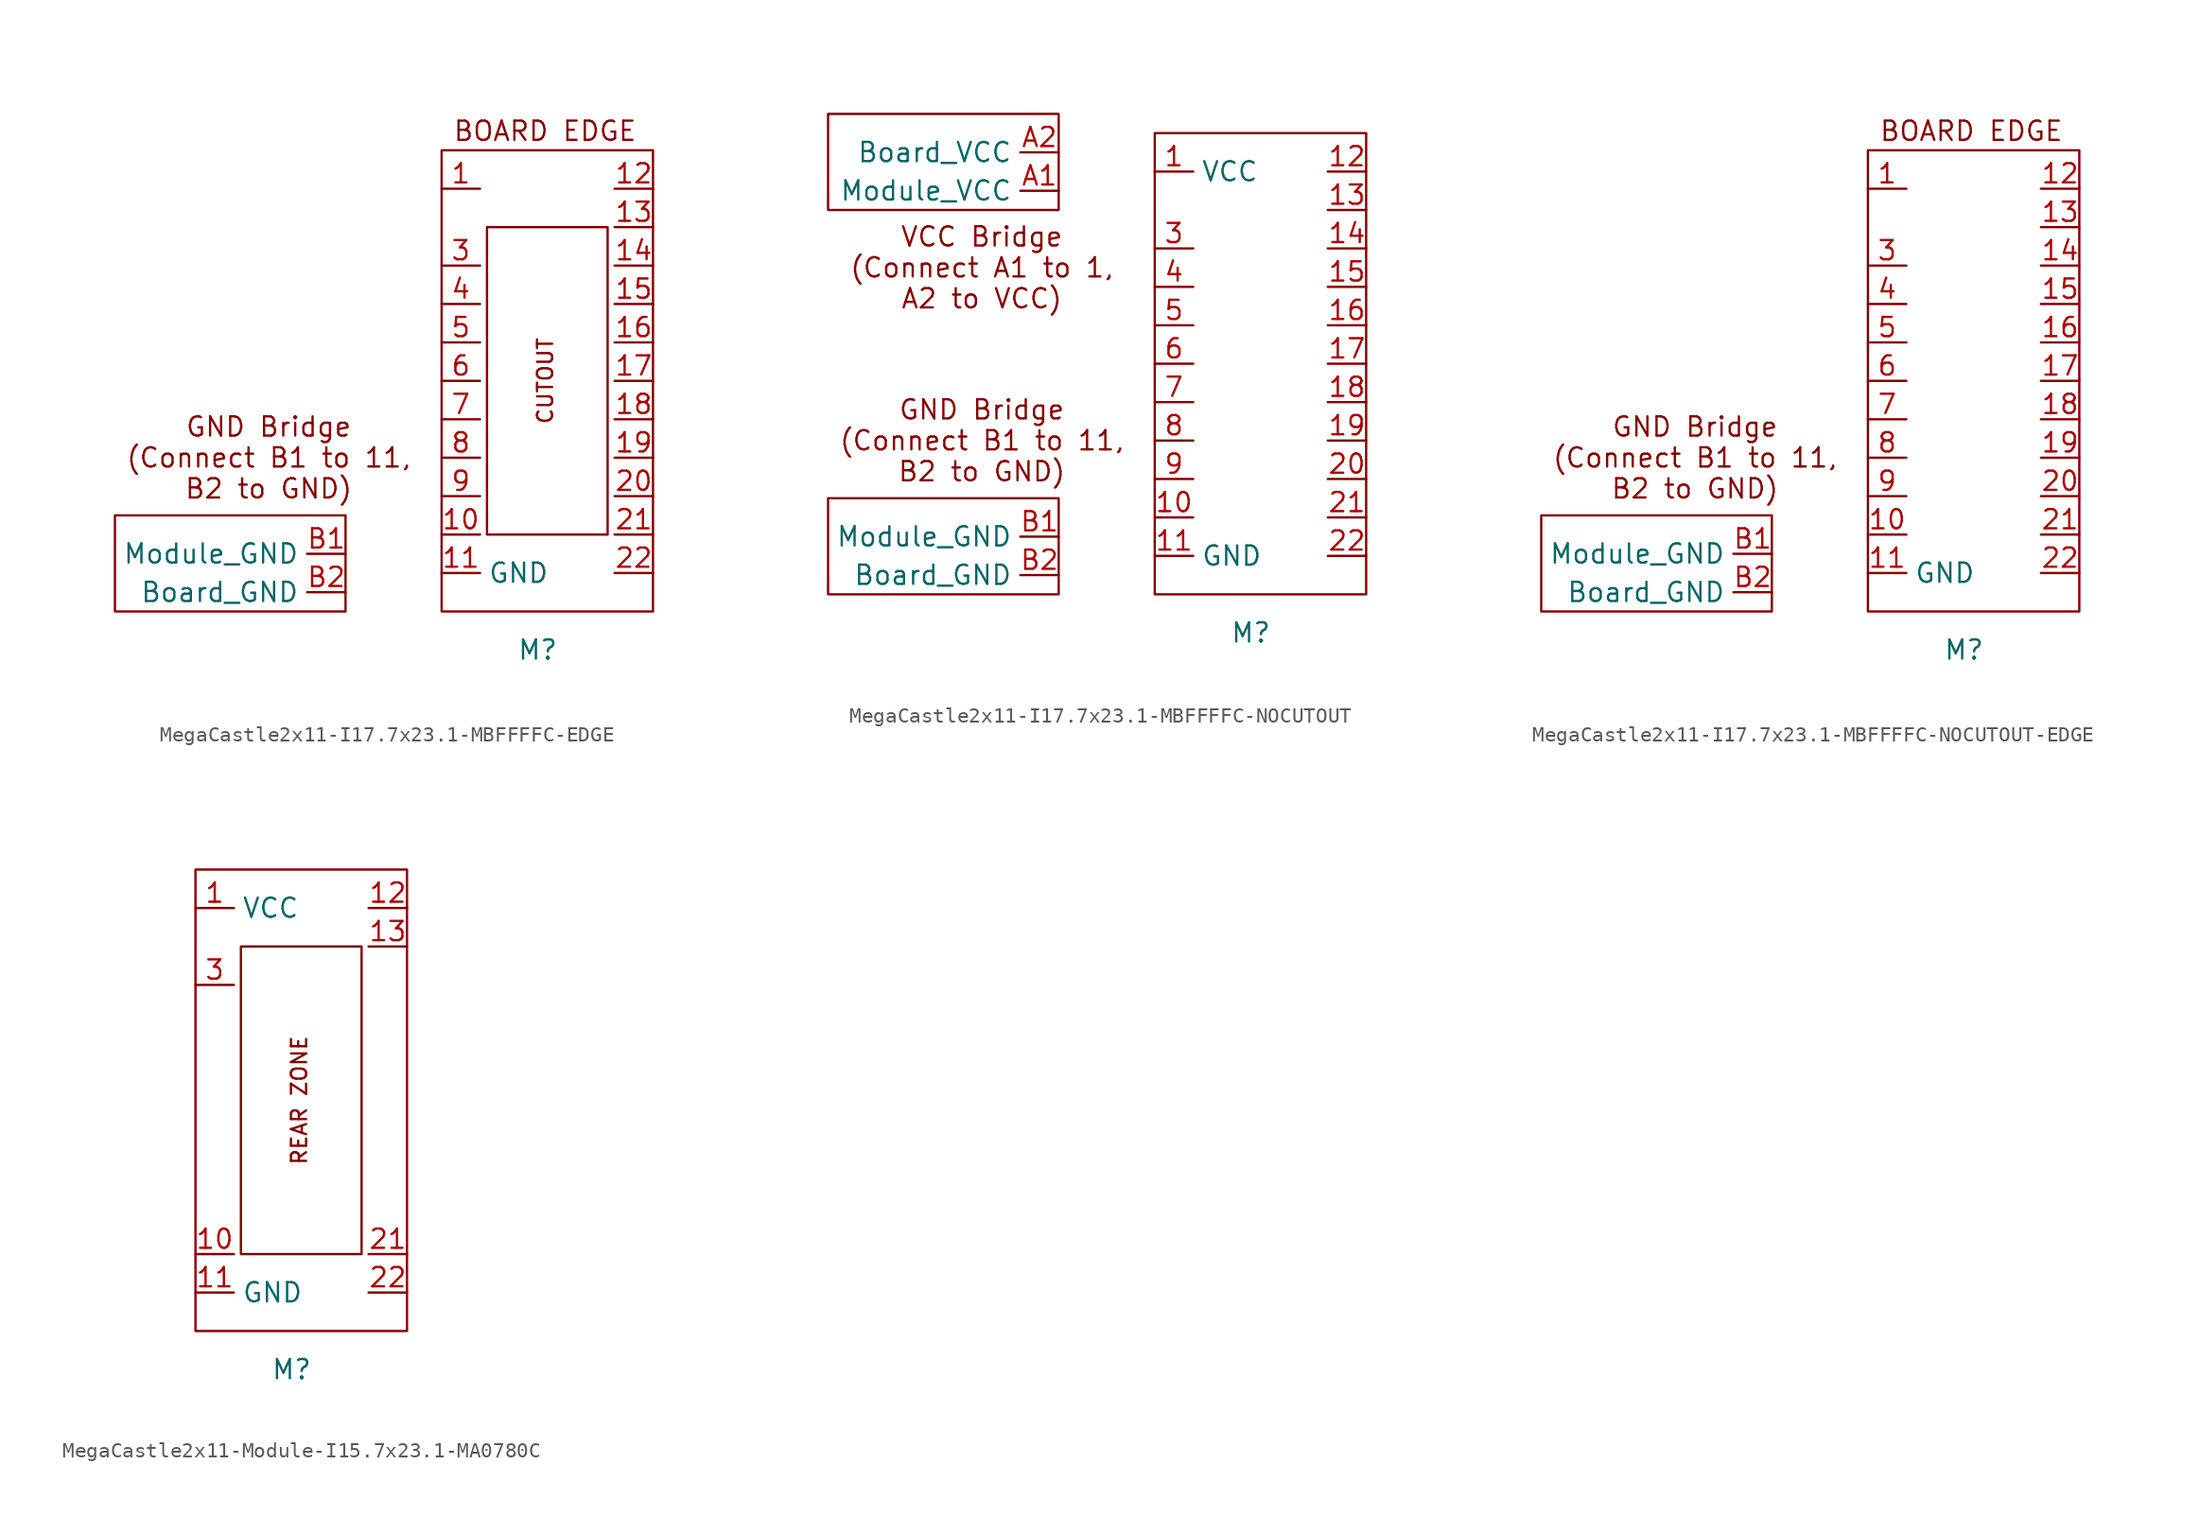
<source format=kicad_sym>
(kicad_symbol_lib
  (version 20231120)
  (generator "kicad_symbol_editor")
  (generator_version "8.0")
  (symbol "MegaCastle2x11-I17.7x23.1-MBFFFFC-EDGE"
    (property "Reference" "M"
      (at 0 -17.78 0)
      (effects (font (size 1.27 1.27))))
    (property "Value" ""
      (at 0 5.08 0)
      (effects (font (size 1.27 1.27))))
    (symbol "MegaCastle2x11-I17.7x23.1-MBFFFFC-EDGE_0_1"
      (rectangle (start -27.94 -8.89) (end -12.7 -15.24) (stroke (width 0) (type default)) (fill (type none)))
      (rectangle (start -6.35 15.24) (end 7.62 -15.24) (stroke (width 0) (type default)) (fill (type none)))
      (rectangle (start -3.35 10.16) (end 4.62 -10.16) (stroke (width 0) (type default)) (fill (type none))))
    (symbol "MegaCastle2x11-I17.7x23.1-MBFFFFC-EDGE_1_1"
      (text " BOARD EDGE" (at 0 16.51 0) (effects (font (size 1.27 1.27))))
      (text "CUTOUT" (at 0.5 0 900) (effects (font (size 1 1))))
      (text "GND Bridge\n(Connect B1 to 11,\nB2 to GND)" (at -17.78 -5.08 0) (effects (font (size 1.27 1.27))))
      (pin bidirectional line (at -6.35 12.7 0) (length 2.54) (name "" (effects (font (size 1.27 1.27)))) (number "1" (effects (font (size 1.27 1.27)))))
      (pin bidirectional line (at -6.35 -10.16 0) (length 2.54) (name "" (effects (font (size 1.27 1.27)))) (number "10" (effects (font (size 1.27 1.27)))))
      (pin bidirectional line (at -6.35 -12.7 0) (length 2.54) (name "GND" (effects (font (size 1.27 1.27)))) (number "11" (effects (font (size 1.27 1.27)))))
      (pin bidirectional line (at 7.62 12.7 180) (length 2.54) (name "" (effects (font (size 1.27 1.27)))) (number "12" (effects (font (size 1.27 1.27)))))
      (pin bidirectional line (at 7.62 10.16 180) (length 2.54) (name "" (effects (font (size 1.27 1.27)))) (number "13" (effects (font (size 1.27 1.27)))))
      (pin bidirectional line (at 7.62 7.62 180) (length 2.54) (name "" (effects (font (size 1.27 1.27)))) (number "14" (effects (font (size 1.27 1.27)))))
      (pin bidirectional line (at 7.62 5.08 180) (length 2.54) (name "" (effects (font (size 1.27 1.27)))) (number "15" (effects (font (size 1.27 1.27)))))
      (pin bidirectional line (at 7.62 2.54 180) (length 2.54) (name "" (effects (font (size 1.27 1.27)))) (number "16" (effects (font (size 1.27 1.27)))))
      (pin bidirectional line (at 7.62 0 180) (length 2.54) (name "" (effects (font (size 1.27 1.27)))) (number "17" (effects (font (size 1.27 1.27)))))
      (pin bidirectional line (at 7.62 -2.54 180) (length 2.54) (name "" (effects (font (size 1.27 1.27)))) (number "18" (effects (font (size 1.27 1.27)))))
      (pin bidirectional line (at 7.62 -5.08 180) (length 2.54) (name "" (effects (font (size 1.27 1.27)))) (number "19" (effects (font (size 1.27 1.27)))))
      (pin bidirectional line (at 7.62 -7.62 180) (length 2.54) (name "" (effects (font (size 1.27 1.27)))) (number "20" (effects (font (size 1.27 1.27)))))
      (pin bidirectional line (at 7.62 -10.16 180) (length 2.54) (name "" (effects (font (size 1.27 1.27)))) (number "21" (effects (font (size 1.27 1.27)))))
      (pin bidirectional line (at 7.62 -12.7 180) (length 2.54) (name "" (effects (font (size 1.27 1.27)))) (number "22" (effects (font (size 1.27 1.27)))))
      (pin bidirectional line (at -6.35 7.62 0) (length 2.54) (name "" (effects (font (size 1.27 1.27)))) (number "3" (effects (font (size 1.27 1.27)))))
      (pin bidirectional line (at -6.35 5.08 0) (length 2.54) (name "" (effects (font (size 1.27 1.27)))) (number "4" (effects (font (size 1.27 1.27)))))
      (pin bidirectional line (at -6.35 2.54 0) (length 2.54) (name "" (effects (font (size 1.27 1.27)))) (number "5" (effects (font (size 1.27 1.27)))))
      (pin bidirectional line (at -6.35 0 0) (length 2.54) (name "" (effects (font (size 1.27 1.27)))) (number "6" (effects (font (size 1.27 1.27)))))
      (pin bidirectional line (at -6.35 -2.54 0) (length 2.54) (name "" (effects (font (size 1.27 1.27)))) (number "7" (effects (font (size 1.27 1.27)))))
      (pin bidirectional line (at -6.35 -5.08 0) (length 2.54) (name "" (effects (font (size 1.27 1.27)))) (number "8" (effects (font (size 1.27 1.27)))))
      (pin bidirectional line (at -6.35 -7.62 0) (length 2.54) (name "" (effects (font (size 1.27 1.27)))) (number "9" (effects (font (size 1.27 1.27)))))
      (pin bidirectional line (at -12.7 -11.43 180) (length 2.54) (name "Module_GND" (effects (font (size 1.27 1.27)))) (number "B1" (effects (font (size 1.27 1.27)))))
      (pin bidirectional line (at -12.7 -13.97 180) (length 2.54) (name "Board_GND" (effects (font (size 1.27 1.27)))) (number "B2" (effects (font (size 1.27 1.27)))))))
  (symbol "MegaCastle2x11-I17.7x23.1-MBFFFFC-NOCUTOUT"
    (property "Reference" "M"
      (at 0 -17.78 0)
      (effects (font (size 1.27 1.27))))
    (property "Value" ""
      (at 0 5.08 0)
      (effects (font (size 1.27 1.27))))
    (symbol "MegaCastle2x11-I17.7x23.1-MBFFFFC-NOCUTOUT_0_1"
      (rectangle (start -27.94 -8.89) (end -12.7 -15.24) (stroke (width 0) (type default)) (fill (type none)))
      (rectangle (start -27.94 16.51) (end -12.7 10.16) (stroke (width 0) (type default)) (fill (type none)))
      (rectangle (start -6.35 15.24) (end 7.62 -15.24) (stroke (width 0) (type default)) (fill (type none))))
    (symbol "MegaCastle2x11-I17.7x23.1-MBFFFFC-NOCUTOUT_1_1"
      (text "GND Bridge\n(Connect B1 to 11,\nB2 to GND)" (at -17.78 -5.08 0) (effects (font (size 1.27 1.27))))
      (text "VCC Bridge\n(Connect A1 to 1,\nA2 to VCC)" (at -17.78 6.35 0) (effects (font (size 1.27 1.27))))
      (pin bidirectional line (at -6.35 12.7 0) (length 2.54) (name "VCC" (effects (font (size 1.27 1.27)))) (number "1" (effects (font (size 1.27 1.27)))))
      (pin bidirectional line (at -6.35 -10.16 0) (length 2.54) (name "" (effects (font (size 1.27 1.27)))) (number "10" (effects (font (size 1.27 1.27)))))
      (pin bidirectional line (at -6.35 -12.7 0) (length 2.54) (name "GND" (effects (font (size 1.27 1.27)))) (number "11" (effects (font (size 1.27 1.27)))))
      (pin bidirectional line (at 7.62 12.7 180) (length 2.54) (name "" (effects (font (size 1.27 1.27)))) (number "12" (effects (font (size 1.27 1.27)))))
      (pin bidirectional line (at 7.62 10.16 180) (length 2.54) (name "" (effects (font (size 1.27 1.27)))) (number "13" (effects (font (size 1.27 1.27)))))
      (pin bidirectional line (at 7.62 7.62 180) (length 2.54) (name "" (effects (font (size 1.27 1.27)))) (number "14" (effects (font (size 1.27 1.27)))))
      (pin bidirectional line (at 7.62 5.08 180) (length 2.54) (name "" (effects (font (size 1.27 1.27)))) (number "15" (effects (font (size 1.27 1.27)))))
      (pin bidirectional line (at 7.62 2.54 180) (length 2.54) (name "" (effects (font (size 1.27 1.27)))) (number "16" (effects (font (size 1.27 1.27)))))
      (pin bidirectional line (at 7.62 0 180) (length 2.54) (name "" (effects (font (size 1.27 1.27)))) (number "17" (effects (font (size 1.27 1.27)))))
      (pin bidirectional line (at 7.62 -2.54 180) (length 2.54) (name "" (effects (font (size 1.27 1.27)))) (number "18" (effects (font (size 1.27 1.27)))))
      (pin bidirectional line (at 7.62 -5.08 180) (length 2.54) (name "" (effects (font (size 1.27 1.27)))) (number "19" (effects (font (size 1.27 1.27)))))
      (pin bidirectional line (at 7.62 -7.62 180) (length 2.54) (name "" (effects (font (size 1.27 1.27)))) (number "20" (effects (font (size 1.27 1.27)))))
      (pin bidirectional line (at 7.62 -10.16 180) (length 2.54) (name "" (effects (font (size 1.27 1.27)))) (number "21" (effects (font (size 1.27 1.27)))))
      (pin bidirectional line (at 7.62 -12.7 180) (length 2.54) (name "" (effects (font (size 1.27 1.27)))) (number "22" (effects (font (size 1.27 1.27)))))
      (pin bidirectional line (at -6.35 7.62 0) (length 2.54) (name "" (effects (font (size 1.27 1.27)))) (number "3" (effects (font (size 1.27 1.27)))))
      (pin bidirectional line (at -6.35 5.08 0) (length 2.54) (name "" (effects (font (size 1.27 1.27)))) (number "4" (effects (font (size 1.27 1.27)))))
      (pin bidirectional line (at -6.35 2.54 0) (length 2.54) (name "" (effects (font (size 1.27 1.27)))) (number "5" (effects (font (size 1.27 1.27)))))
      (pin bidirectional line (at -6.35 0 0) (length 2.54) (name "" (effects (font (size 1.27 1.27)))) (number "6" (effects (font (size 1.27 1.27)))))
      (pin bidirectional line (at -6.35 -2.54 0) (length 2.54) (name "" (effects (font (size 1.27 1.27)))) (number "7" (effects (font (size 1.27 1.27)))))
      (pin bidirectional line (at -6.35 -5.08 0) (length 2.54) (name "" (effects (font (size 1.27 1.27)))) (number "8" (effects (font (size 1.27 1.27)))))
      (pin bidirectional line (at -6.35 -7.62 0) (length 2.54) (name "" (effects (font (size 1.27 1.27)))) (number "9" (effects (font (size 1.27 1.27)))))
      (pin bidirectional line (at -12.7 11.43 180) (length 2.54) (name "Module_VCC" (effects (font (size 1.27 1.27)))) (number "A1" (effects (font (size 1.27 1.27)))))
      (pin bidirectional line (at -12.7 13.97 180) (length 2.54) (name "Board_VCC" (effects (font (size 1.27 1.27)))) (number "A2" (effects (font (size 1.27 1.27)))))
      (pin bidirectional line (at -12.7 -11.43 180) (length 2.54) (name "Module_GND" (effects (font (size 1.27 1.27)))) (number "B1" (effects (font (size 1.27 1.27)))))
      (pin bidirectional line (at -12.7 -13.97 180) (length 2.54) (name "Board_GND" (effects (font (size 1.27 1.27)))) (number "B2" (effects (font (size 1.27 1.27)))))))
  (symbol "MegaCastle2x11-I17.7x23.1-MBFFFFC-NOCUTOUT-EDGE"
    (property "Reference" "M"
      (at 0 -17.78 0)
      (effects (font (size 1.27 1.27))))
    (property "Value" ""
      (at 0 5.08 0)
      (effects (font (size 1.27 1.27))))
    (symbol "MegaCastle2x11-I17.7x23.1-MBFFFFC-NOCUTOUT-EDGE_0_1"
      (rectangle (start -27.94 -8.89) (end -12.7 -15.24) (stroke (width 0) (type default)) (fill (type none)))
      (rectangle (start -6.35 15.24) (end 7.62 -15.24) (stroke (width 0) (type default)) (fill (type none))))
    (symbol "MegaCastle2x11-I17.7x23.1-MBFFFFC-NOCUTOUT-EDGE_1_1"
      (text " BOARD EDGE" (at 0 16.51 0) (effects (font (size 1.27 1.27))))
      (text "GND Bridge\n(Connect B1 to 11,\nB2 to GND)" (at -17.78 -5.08 0) (effects (font (size 1.27 1.27))))
      (pin bidirectional line (at -6.35 12.7 0) (length 2.54) (name "" (effects (font (size 1.27 1.27)))) (number "1" (effects (font (size 1.27 1.27)))))
      (pin bidirectional line (at -6.35 -10.16 0) (length 2.54) (name "" (effects (font (size 1.27 1.27)))) (number "10" (effects (font (size 1.27 1.27)))))
      (pin bidirectional line (at -6.35 -12.7 0) (length 2.54) (name "GND" (effects (font (size 1.27 1.27)))) (number "11" (effects (font (size 1.27 1.27)))))
      (pin bidirectional line (at 7.62 12.7 180) (length 2.54) (name "" (effects (font (size 1.27 1.27)))) (number "12" (effects (font (size 1.27 1.27)))))
      (pin bidirectional line (at 7.62 10.16 180) (length 2.54) (name "" (effects (font (size 1.27 1.27)))) (number "13" (effects (font (size 1.27 1.27)))))
      (pin bidirectional line (at 7.62 7.62 180) (length 2.54) (name "" (effects (font (size 1.27 1.27)))) (number "14" (effects (font (size 1.27 1.27)))))
      (pin bidirectional line (at 7.62 5.08 180) (length 2.54) (name "" (effects (font (size 1.27 1.27)))) (number "15" (effects (font (size 1.27 1.27)))))
      (pin bidirectional line (at 7.62 2.54 180) (length 2.54) (name "" (effects (font (size 1.27 1.27)))) (number "16" (effects (font (size 1.27 1.27)))))
      (pin bidirectional line (at 7.62 0 180) (length 2.54) (name "" (effects (font (size 1.27 1.27)))) (number "17" (effects (font (size 1.27 1.27)))))
      (pin bidirectional line (at 7.62 -2.54 180) (length 2.54) (name "" (effects (font (size 1.27 1.27)))) (number "18" (effects (font (size 1.27 1.27)))))
      (pin bidirectional line (at 7.62 -5.08 180) (length 2.54) (name "" (effects (font (size 1.27 1.27)))) (number "19" (effects (font (size 1.27 1.27)))))
      (pin bidirectional line (at 7.62 -7.62 180) (length 2.54) (name "" (effects (font (size 1.27 1.27)))) (number "20" (effects (font (size 1.27 1.27)))))
      (pin bidirectional line (at 7.62 -10.16 180) (length 2.54) (name "" (effects (font (size 1.27 1.27)))) (number "21" (effects (font (size 1.27 1.27)))))
      (pin bidirectional line (at 7.62 -12.7 180) (length 2.54) (name "" (effects (font (size 1.27 1.27)))) (number "22" (effects (font (size 1.27 1.27)))))
      (pin bidirectional line (at -6.35 7.62 0) (length 2.54) (name "" (effects (font (size 1.27 1.27)))) (number "3" (effects (font (size 1.27 1.27)))))
      (pin bidirectional line (at -6.35 5.08 0) (length 2.54) (name "" (effects (font (size 1.27 1.27)))) (number "4" (effects (font (size 1.27 1.27)))))
      (pin bidirectional line (at -6.35 2.54 0) (length 2.54) (name "" (effects (font (size 1.27 1.27)))) (number "5" (effects (font (size 1.27 1.27)))))
      (pin bidirectional line (at -6.35 0 0) (length 2.54) (name "" (effects (font (size 1.27 1.27)))) (number "6" (effects (font (size 1.27 1.27)))))
      (pin bidirectional line (at -6.35 -2.54 0) (length 2.54) (name "" (effects (font (size 1.27 1.27)))) (number "7" (effects (font (size 1.27 1.27)))))
      (pin bidirectional line (at -6.35 -5.08 0) (length 2.54) (name "" (effects (font (size 1.27 1.27)))) (number "8" (effects (font (size 1.27 1.27)))))
      (pin bidirectional line (at -6.35 -7.62 0) (length 2.54) (name "" (effects (font (size 1.27 1.27)))) (number "9" (effects (font (size 1.27 1.27)))))
      (pin bidirectional line (at -12.7 -11.43 180) (length 2.54) (name "Module_GND" (effects (font (size 1.27 1.27)))) (number "B1" (effects (font (size 1.27 1.27)))))
      (pin bidirectional line (at -12.7 -13.97 180) (length 2.54) (name "Board_GND" (effects (font (size 1.27 1.27)))) (number "B2" (effects (font (size 1.27 1.27)))))))
  (symbol "MegaCastle2x11-Module-I15.7x23.1-MA0780C"
    (property "Reference" "M"
      (at 0 -17.78 0)
      (effects (font (size 1.27 1.27))))
    (property "Value" ""
      (at 0 5.08 0)
      (effects (font (size 1.27 1.27))))
    (symbol "MegaCastle2x11-Module-I15.7x23.1-MA0780C_0_1"
      (rectangle (start -6.35 15.24) (end 7.62 -15.24) (stroke (width 0) (type default)) (fill (type none)))
      (rectangle (start -3.35 10.16) (end 4.62 -10.16) (stroke (width 0) (type default)) (fill (type none))))
    (symbol "MegaCastle2x11-Module-I15.7x23.1-MA0780C_1_1"
      (text "REAR ZONE" (at 0.5 0 900) (effects (font (size 1 1))))
      (pin bidirectional line (at -6.35 12.7 0) (length 2.54) (name "VCC" (effects (font (size 1.27 1.27)))) (number "1" (effects (font (size 1.27 1.27)))))
      (pin bidirectional line (at -6.35 -10.16 0) (length 2.54) (name "" (effects (font (size 1.27 1.27)))) (number "10" (effects (font (size 1.27 1.27)))))
      (pin bidirectional line (at -6.35 -12.7 0) (length 2.54) (name "GND" (effects (font (size 1.27 1.27)))) (number "11" (effects (font (size 1.27 1.27)))))
      (pin bidirectional line (at 7.62 12.7 180) (length 2.54) (name "" (effects (font (size 1.27 1.27)))) (number "12" (effects (font (size 1.27 1.27)))))
      (pin bidirectional line (at 7.62 10.16 180) (length 2.54) (name "" (effects (font (size 1.27 1.27)))) (number "13" (effects (font (size 1.27 1.27)))))
      (pin bidirectional line (at 7.62 -10.16 180) (length 2.54) (name "" (effects (font (size 1.27 1.27)))) (number "21" (effects (font (size 1.27 1.27)))))
      (pin bidirectional line (at 7.62 -12.7 180) (length 2.54) (name "" (effects (font (size 1.27 1.27)))) (number "22" (effects (font (size 1.27 1.27)))))
      (pin bidirectional line (at -6.35 7.62 0) (length 2.54) (name "" (effects (font (size 1.27 1.27)))) (number "3" (effects (font (size 1.27 1.27))))))))
</source>
